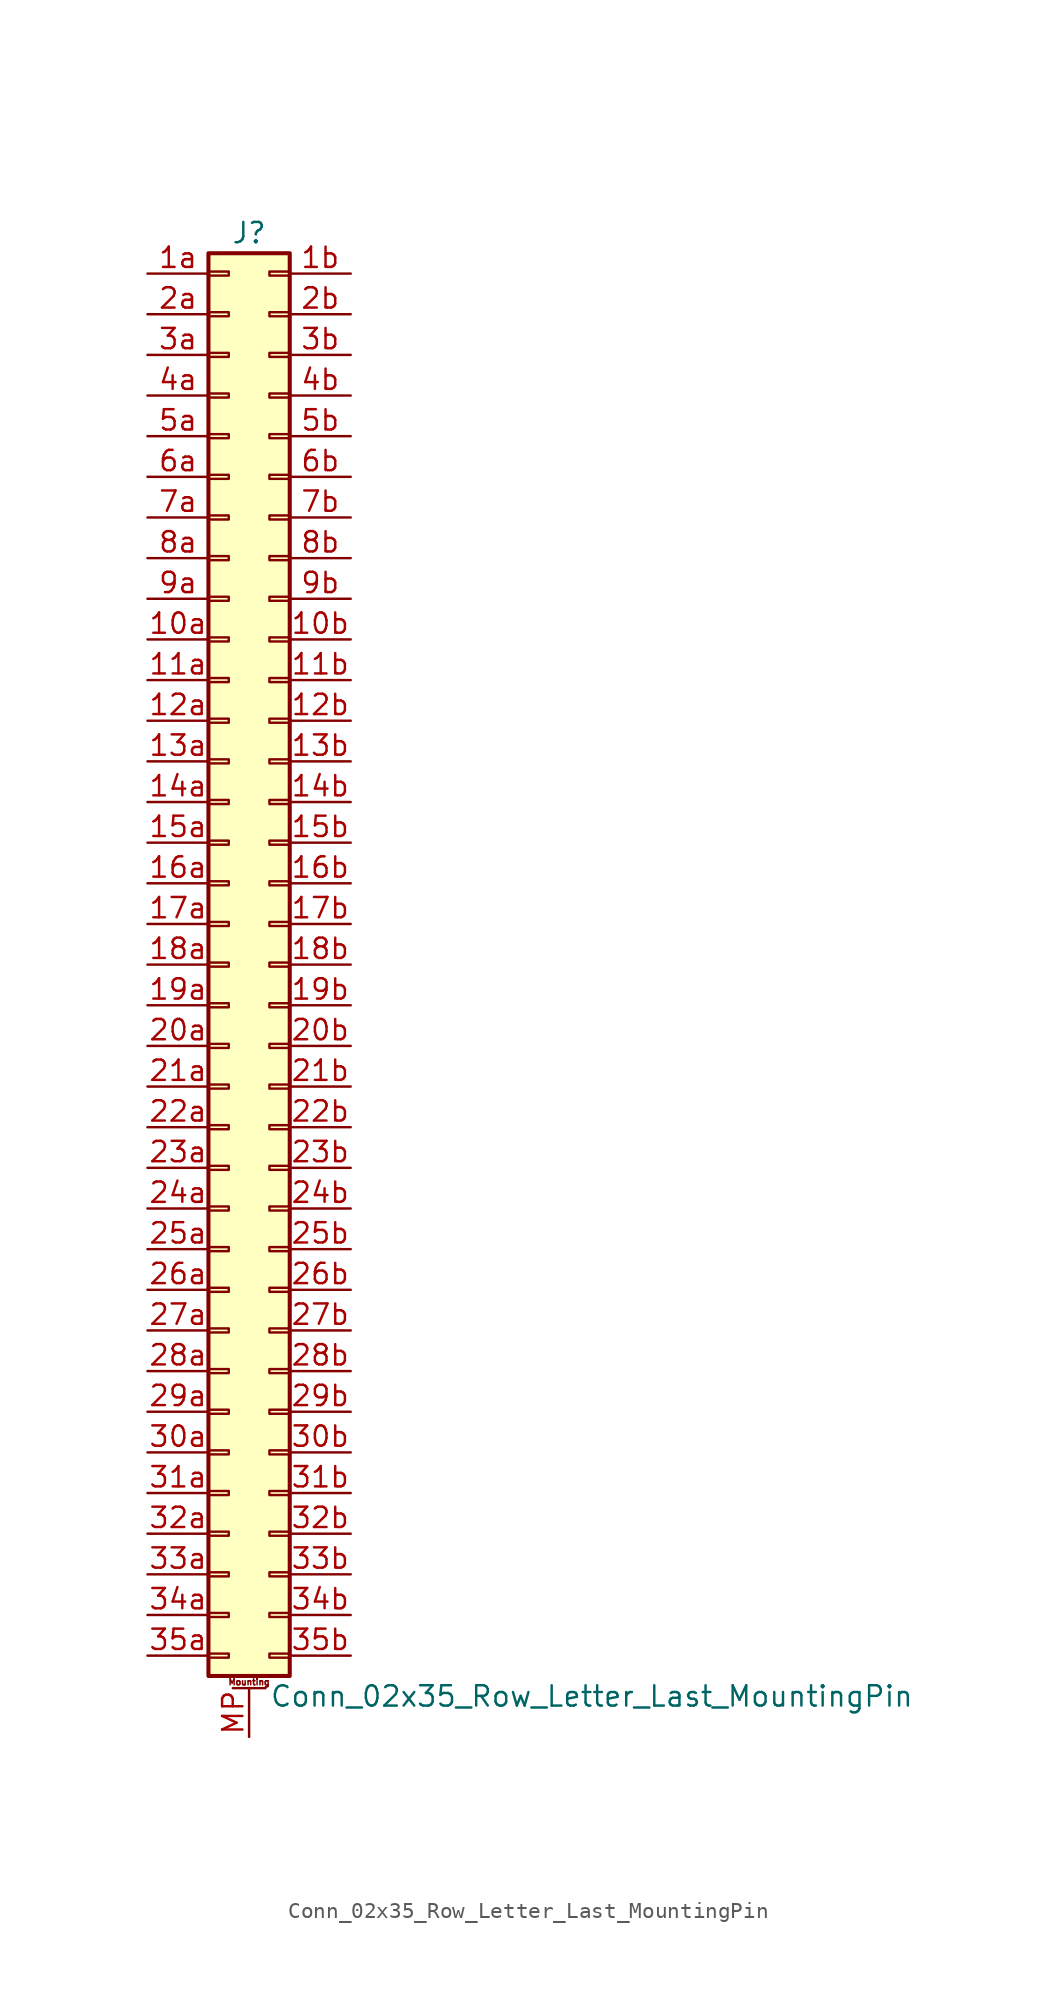
<source format=kicad_sym>
(kicad_symbol_lib
  (version 20201005)
  (generator kicad_symbol_editor)
  (symbol "Conn_02x35_Row_Letter_Last_MountingPin"
    (pin_names
      (offset 1.016) hide)
    (property "Reference" "J"
      (at 1.27 45.72 0)
      (effects (font (size 1.27 1.27))))
    (property "Value" "Conn_02x35_Row_Letter_Last_MountingPin"
      (at 2.54 -45.72 0)
      (effects (font (size 1.27 1.27)) (justify left)))
    (symbol "Conn_02x35_Row_Letter_Last_MountingPin_1_1"
      (text "Mounting" (at 1.27 -44.831 0) (effects (font (size 0.381 0.381))))
      (rectangle (start -1.27 -43.053) (end 0 -43.307) (stroke (width 0.152)) (fill (type none)))
      (rectangle (start -1.27 -40.513) (end 0 -40.767) (stroke (width 0.152)) (fill (type none)))
      (rectangle (start -1.27 -37.973) (end 0 -38.227) (stroke (width 0.152)) (fill (type none)))
      (rectangle (start -1.27 -35.433) (end 0 -35.687) (stroke (width 0.152)) (fill (type none)))
      (rectangle (start -1.27 -32.893) (end 0 -33.147) (stroke (width 0.152)) (fill (type none)))
      (rectangle (start -1.27 -30.353) (end 0 -30.607) (stroke (width 0.152)) (fill (type none)))
      (rectangle (start -1.27 -27.813) (end 0 -28.067) (stroke (width 0.152)) (fill (type none)))
      (rectangle (start -1.27 -25.273) (end 0 -25.527) (stroke (width 0.152)) (fill (type none)))
      (rectangle (start -1.27 -22.733) (end 0 -22.987) (stroke (width 0.152)) (fill (type none)))
      (rectangle (start -1.27 -20.193) (end 0 -20.447) (stroke (width 0.152)) (fill (type none)))
      (rectangle (start -1.27 -17.653) (end 0 -17.907) (stroke (width 0.152)) (fill (type none)))
      (rectangle (start -1.27 -15.113) (end 0 -15.367) (stroke (width 0.152)) (fill (type none)))
      (rectangle (start -1.27 -12.573) (end 0 -12.827) (stroke (width 0.152)) (fill (type none)))
      (rectangle (start -1.27 -10.033) (end 0 -10.287) (stroke (width 0.152)) (fill (type none)))
      (rectangle (start -1.27 -7.493) (end 0 -7.747) (stroke (width 0.152)) (fill (type none)))
      (rectangle (start -1.27 -4.953) (end 0 -5.207) (stroke (width 0.152)) (fill (type none)))
      (rectangle (start -1.27 -2.413) (end 0 -2.667) (stroke (width 0.152)) (fill (type none)))
      (rectangle (start -1.27 0.127) (end 0 -0.127) (stroke (width 0.152)) (fill (type none)))
      (rectangle (start -1.27 2.667) (end 0 2.413) (stroke (width 0.152)) (fill (type none)))
      (rectangle (start -1.27 5.207) (end 0 4.953) (stroke (width 0.152)) (fill (type none)))
      (rectangle (start -1.27 7.747) (end 0 7.493) (stroke (width 0.152)) (fill (type none)))
      (rectangle (start -1.27 10.287) (end 0 10.033) (stroke (width 0.152)) (fill (type none)))
      (rectangle (start -1.27 12.827) (end 0 12.573) (stroke (width 0.152)) (fill (type none)))
      (rectangle (start -1.27 15.367) (end 0 15.113) (stroke (width 0.152)) (fill (type none)))
      (rectangle (start -1.27 17.907) (end 0 17.653) (stroke (width 0.152)) (fill (type none)))
      (rectangle (start -1.27 20.447) (end 0 20.193) (stroke (width 0.152)) (fill (type none)))
      (rectangle (start -1.27 22.987) (end 0 22.733) (stroke (width 0.152)) (fill (type none)))
      (rectangle (start -1.27 25.527) (end 0 25.273) (stroke (width 0.152)) (fill (type none)))
      (rectangle (start -1.27 28.067) (end 0 27.813) (stroke (width 0.152)) (fill (type none)))
      (rectangle (start -1.27 30.607) (end 0 30.353) (stroke (width 0.152)) (fill (type none)))
      (rectangle (start -1.27 33.147) (end 0 32.893) (stroke (width 0.152)) (fill (type none)))
      (rectangle (start -1.27 35.687) (end 0 35.433) (stroke (width 0.152)) (fill (type none)))
      (rectangle (start -1.27 38.227) (end 0 37.973) (stroke (width 0.152)) (fill (type none)))
      (rectangle (start -1.27 40.767) (end 0 40.513) (stroke (width 0.152)) (fill (type none)))
      (rectangle (start -1.27 43.307) (end 0 43.053) (stroke (width 0.152)) (fill (type none)))
      (rectangle (start 3.81 -43.053) (end 2.54 -43.307) (stroke (width 0.152)) (fill (type none)))
      (rectangle (start 3.81 -40.513) (end 2.54 -40.767) (stroke (width 0.152)) (fill (type none)))
      (rectangle (start 3.81 -37.973) (end 2.54 -38.227) (stroke (width 0.152)) (fill (type none)))
      (rectangle (start 3.81 -35.433) (end 2.54 -35.687) (stroke (width 0.152)) (fill (type none)))
      (rectangle (start 3.81 -32.893) (end 2.54 -33.147) (stroke (width 0.152)) (fill (type none)))
      (rectangle (start 3.81 -30.353) (end 2.54 -30.607) (stroke (width 0.152)) (fill (type none)))
      (rectangle (start 3.81 -27.813) (end 2.54 -28.067) (stroke (width 0.152)) (fill (type none)))
      (rectangle (start 3.81 -25.273) (end 2.54 -25.527) (stroke (width 0.152)) (fill (type none)))
      (rectangle (start 3.81 -22.733) (end 2.54 -22.987) (stroke (width 0.152)) (fill (type none)))
      (rectangle (start 3.81 -20.193) (end 2.54 -20.447) (stroke (width 0.152)) (fill (type none)))
      (rectangle (start 3.81 -17.653) (end 2.54 -17.907) (stroke (width 0.152)) (fill (type none)))
      (rectangle (start 3.81 -15.113) (end 2.54 -15.367) (stroke (width 0.152)) (fill (type none)))
      (rectangle (start 3.81 -12.573) (end 2.54 -12.827) (stroke (width 0.152)) (fill (type none)))
      (rectangle (start 3.81 -10.033) (end 2.54 -10.287) (stroke (width 0.152)) (fill (type none)))
      (rectangle (start 3.81 -7.493) (end 2.54 -7.747) (stroke (width 0.152)) (fill (type none)))
      (rectangle (start 3.81 -4.953) (end 2.54 -5.207) (stroke (width 0.152)) (fill (type none)))
      (rectangle (start 3.81 -2.413) (end 2.54 -2.667) (stroke (width 0.152)) (fill (type none)))
      (rectangle (start 3.81 0.127) (end 2.54 -0.127) (stroke (width 0.152)) (fill (type none)))
      (rectangle (start 3.81 2.667) (end 2.54 2.413) (stroke (width 0.152)) (fill (type none)))
      (rectangle (start 3.81 5.207) (end 2.54 4.953) (stroke (width 0.152)) (fill (type none)))
      (rectangle (start 3.81 7.747) (end 2.54 7.493) (stroke (width 0.152)) (fill (type none)))
      (rectangle (start 3.81 10.287) (end 2.54 10.033) (stroke (width 0.152)) (fill (type none)))
      (rectangle (start 3.81 12.827) (end 2.54 12.573) (stroke (width 0.152)) (fill (type none)))
      (rectangle (start 3.81 15.367) (end 2.54 15.113) (stroke (width 0.152)) (fill (type none)))
      (rectangle (start 3.81 17.907) (end 2.54 17.653) (stroke (width 0.152)) (fill (type none)))
      (rectangle (start 3.81 20.447) (end 2.54 20.193) (stroke (width 0.152)) (fill (type none)))
      (rectangle (start 3.81 22.987) (end 2.54 22.733) (stroke (width 0.152)) (fill (type none)))
      (rectangle (start 3.81 25.527) (end 2.54 25.273) (stroke (width 0.152)) (fill (type none)))
      (rectangle (start 3.81 28.067) (end 2.54 27.813) (stroke (width 0.152)) (fill (type none)))
      (rectangle (start 3.81 30.607) (end 2.54 30.353) (stroke (width 0.152)) (fill (type none)))
      (rectangle (start 3.81 33.147) (end 2.54 32.893) (stroke (width 0.152)) (fill (type none)))
      (rectangle (start 3.81 35.687) (end 2.54 35.433) (stroke (width 0.152)) (fill (type none)))
      (rectangle (start 3.81 38.227) (end 2.54 37.973) (stroke (width 0.152)) (fill (type none)))
      (rectangle (start 3.81 40.767) (end 2.54 40.513) (stroke (width 0.152)) (fill (type none)))
      (rectangle (start 3.81 43.307) (end 2.54 43.053) (stroke (width 0.152)) (fill (type none)))
      (rectangle (start -1.27 44.45) (end 3.81 -44.45) (stroke (width 0.254)) (fill (type background)))
      (polyline (pts (xy 0.254 -45.212) (xy 2.286 -45.212)) (stroke (width 0.152)) (fill (type none)))
      (pin passive line (at -5.08 20.32 0) (length 3.81) (name "Pin_10a" (effects (font (size 1.27 1.27)))) (number "10a" (effects (font (size 1.27 1.27)))))
      (pin passive line (at 7.62 20.32 180) (length 3.81) (name "Pin_10b" (effects (font (size 1.27 1.27)))) (number "10b" (effects (font (size 1.27 1.27)))))
      (pin passive line (at -5.08 17.78 0) (length 3.81) (name "Pin_11a" (effects (font (size 1.27 1.27)))) (number "11a" (effects (font (size 1.27 1.27)))))
      (pin passive line (at 7.62 17.78 180) (length 3.81) (name "Pin_11b" (effects (font (size 1.27 1.27)))) (number "11b" (effects (font (size 1.27 1.27)))))
      (pin passive line (at -5.08 15.24 0) (length 3.81) (name "Pin_12a" (effects (font (size 1.27 1.27)))) (number "12a" (effects (font (size 1.27 1.27)))))
      (pin passive line (at 7.62 15.24 180) (length 3.81) (name "Pin_12b" (effects (font (size 1.27 1.27)))) (number "12b" (effects (font (size 1.27 1.27)))))
      (pin passive line (at -5.08 12.7 0) (length 3.81) (name "Pin_13a" (effects (font (size 1.27 1.27)))) (number "13a" (effects (font (size 1.27 1.27)))))
      (pin passive line (at 7.62 12.7 180) (length 3.81) (name "Pin_13b" (effects (font (size 1.27 1.27)))) (number "13b" (effects (font (size 1.27 1.27)))))
      (pin passive line (at -5.08 10.16 0) (length 3.81) (name "Pin_14a" (effects (font (size 1.27 1.27)))) (number "14a" (effects (font (size 1.27 1.27)))))
      (pin passive line (at 7.62 10.16 180) (length 3.81) (name "Pin_14b" (effects (font (size 1.27 1.27)))) (number "14b" (effects (font (size 1.27 1.27)))))
      (pin passive line (at -5.08 7.62 0) (length 3.81) (name "Pin_15a" (effects (font (size 1.27 1.27)))) (number "15a" (effects (font (size 1.27 1.27)))))
      (pin passive line (at 7.62 7.62 180) (length 3.81) (name "Pin_15b" (effects (font (size 1.27 1.27)))) (number "15b" (effects (font (size 1.27 1.27)))))
      (pin passive line (at -5.08 5.08 0) (length 3.81) (name "Pin_16a" (effects (font (size 1.27 1.27)))) (number "16a" (effects (font (size 1.27 1.27)))))
      (pin passive line (at 7.62 5.08 180) (length 3.81) (name "Pin_16b" (effects (font (size 1.27 1.27)))) (number "16b" (effects (font (size 1.27 1.27)))))
      (pin passive line (at -5.08 2.54 0) (length 3.81) (name "Pin_17a" (effects (font (size 1.27 1.27)))) (number "17a" (effects (font (size 1.27 1.27)))))
      (pin passive line (at 7.62 2.54 180) (length 3.81) (name "Pin_17b" (effects (font (size 1.27 1.27)))) (number "17b" (effects (font (size 1.27 1.27)))))
      (pin passive line (at -5.08 0 0) (length 3.81) (name "Pin_18a" (effects (font (size 1.27 1.27)))) (number "18a" (effects (font (size 1.27 1.27)))))
      (pin passive line (at 7.62 0 180) (length 3.81) (name "Pin_18b" (effects (font (size 1.27 1.27)))) (number "18b" (effects (font (size 1.27 1.27)))))
      (pin passive line (at -5.08 -2.54 0) (length 3.81) (name "Pin_19a" (effects (font (size 1.27 1.27)))) (number "19a" (effects (font (size 1.27 1.27)))))
      (pin passive line (at 7.62 -2.54 180) (length 3.81) (name "Pin_19b" (effects (font (size 1.27 1.27)))) (number "19b" (effects (font (size 1.27 1.27)))))
      (pin passive line (at -5.08 43.18 0) (length 3.81) (name "Pin_1a" (effects (font (size 1.27 1.27)))) (number "1a" (effects (font (size 1.27 1.27)))))
      (pin passive line (at 7.62 43.18 180) (length 3.81) (name "Pin_1b" (effects (font (size 1.27 1.27)))) (number "1b" (effects (font (size 1.27 1.27)))))
      (pin passive line (at -5.08 -5.08 0) (length 3.81) (name "Pin_20a" (effects (font (size 1.27 1.27)))) (number "20a" (effects (font (size 1.27 1.27)))))
      (pin passive line (at 7.62 -5.08 180) (length 3.81) (name "Pin_20b" (effects (font (size 1.27 1.27)))) (number "20b" (effects (font (size 1.27 1.27)))))
      (pin passive line (at -5.08 -7.62 0) (length 3.81) (name "Pin_21a" (effects (font (size 1.27 1.27)))) (number "21a" (effects (font (size 1.27 1.27)))))
      (pin passive line (at 7.62 -7.62 180) (length 3.81) (name "Pin_21b" (effects (font (size 1.27 1.27)))) (number "21b" (effects (font (size 1.27 1.27)))))
      (pin passive line (at -5.08 -10.16 0) (length 3.81) (name "Pin_22a" (effects (font (size 1.27 1.27)))) (number "22a" (effects (font (size 1.27 1.27)))))
      (pin passive line (at 7.62 -10.16 180) (length 3.81) (name "Pin_22b" (effects (font (size 1.27 1.27)))) (number "22b" (effects (font (size 1.27 1.27)))))
      (pin passive line (at -5.08 -12.7 0) (length 3.81) (name "Pin_23a" (effects (font (size 1.27 1.27)))) (number "23a" (effects (font (size 1.27 1.27)))))
      (pin passive line (at 7.62 -12.7 180) (length 3.81) (name "Pin_23b" (effects (font (size 1.27 1.27)))) (number "23b" (effects (font (size 1.27 1.27)))))
      (pin passive line (at -5.08 -15.24 0) (length 3.81) (name "Pin_24a" (effects (font (size 1.27 1.27)))) (number "24a" (effects (font (size 1.27 1.27)))))
      (pin passive line (at 7.62 -15.24 180) (length 3.81) (name "Pin_24b" (effects (font (size 1.27 1.27)))) (number "24b" (effects (font (size 1.27 1.27)))))
      (pin passive line (at -5.08 -17.78 0) (length 3.81) (name "Pin_25a" (effects (font (size 1.27 1.27)))) (number "25a" (effects (font (size 1.27 1.27)))))
      (pin passive line (at 7.62 -17.78 180) (length 3.81) (name "Pin_25b" (effects (font (size 1.27 1.27)))) (number "25b" (effects (font (size 1.27 1.27)))))
      (pin passive line (at -5.08 -20.32 0) (length 3.81) (name "Pin_26a" (effects (font (size 1.27 1.27)))) (number "26a" (effects (font (size 1.27 1.27)))))
      (pin passive line (at 7.62 -20.32 180) (length 3.81) (name "Pin_26b" (effects (font (size 1.27 1.27)))) (number "26b" (effects (font (size 1.27 1.27)))))
      (pin passive line (at -5.08 -22.86 0) (length 3.81) (name "Pin_27a" (effects (font (size 1.27 1.27)))) (number "27a" (effects (font (size 1.27 1.27)))))
      (pin passive line (at 7.62 -22.86 180) (length 3.81) (name "Pin_27b" (effects (font (size 1.27 1.27)))) (number "27b" (effects (font (size 1.27 1.27)))))
      (pin passive line (at -5.08 -25.4 0) (length 3.81) (name "Pin_28a" (effects (font (size 1.27 1.27)))) (number "28a" (effects (font (size 1.27 1.27)))))
      (pin passive line (at 7.62 -25.4 180) (length 3.81) (name "Pin_28b" (effects (font (size 1.27 1.27)))) (number "28b" (effects (font (size 1.27 1.27)))))
      (pin passive line (at -5.08 -27.94 0) (length 3.81) (name "Pin_29a" (effects (font (size 1.27 1.27)))) (number "29a" (effects (font (size 1.27 1.27)))))
      (pin passive line (at 7.62 -27.94 180) (length 3.81) (name "Pin_29b" (effects (font (size 1.27 1.27)))) (number "29b" (effects (font (size 1.27 1.27)))))
      (pin passive line (at -5.08 40.64 0) (length 3.81) (name "Pin_2a" (effects (font (size 1.27 1.27)))) (number "2a" (effects (font (size 1.27 1.27)))))
      (pin passive line (at 7.62 40.64 180) (length 3.81) (name "Pin_2b" (effects (font (size 1.27 1.27)))) (number "2b" (effects (font (size 1.27 1.27)))))
      (pin passive line (at -5.08 -30.48 0) (length 3.81) (name "Pin_30a" (effects (font (size 1.27 1.27)))) (number "30a" (effects (font (size 1.27 1.27)))))
      (pin passive line (at 7.62 -30.48 180) (length 3.81) (name "Pin_30b" (effects (font (size 1.27 1.27)))) (number "30b" (effects (font (size 1.27 1.27)))))
      (pin passive line (at -5.08 -33.02 0) (length 3.81) (name "Pin_31a" (effects (font (size 1.27 1.27)))) (number "31a" (effects (font (size 1.27 1.27)))))
      (pin passive line (at 7.62 -33.02 180) (length 3.81) (name "Pin_31b" (effects (font (size 1.27 1.27)))) (number "31b" (effects (font (size 1.27 1.27)))))
      (pin passive line (at -5.08 -35.56 0) (length 3.81) (name "Pin_32a" (effects (font (size 1.27 1.27)))) (number "32a" (effects (font (size 1.27 1.27)))))
      (pin passive line (at 7.62 -35.56 180) (length 3.81) (name "Pin_32b" (effects (font (size 1.27 1.27)))) (number "32b" (effects (font (size 1.27 1.27)))))
      (pin passive line (at -5.08 -38.1 0) (length 3.81) (name "Pin_33a" (effects (font (size 1.27 1.27)))) (number "33a" (effects (font (size 1.27 1.27)))))
      (pin passive line (at 7.62 -38.1 180) (length 3.81) (name "Pin_33b" (effects (font (size 1.27 1.27)))) (number "33b" (effects (font (size 1.27 1.27)))))
      (pin passive line (at -5.08 -40.64 0) (length 3.81) (name "Pin_34a" (effects (font (size 1.27 1.27)))) (number "34a" (effects (font (size 1.27 1.27)))))
      (pin passive line (at 7.62 -40.64 180) (length 3.81) (name "Pin_34b" (effects (font (size 1.27 1.27)))) (number "34b" (effects (font (size 1.27 1.27)))))
      (pin passive line (at -5.08 -43.18 0) (length 3.81) (name "Pin_35a" (effects (font (size 1.27 1.27)))) (number "35a" (effects (font (size 1.27 1.27)))))
      (pin passive line (at 7.62 -43.18 180) (length 3.81) (name "Pin_35b" (effects (font (size 1.27 1.27)))) (number "35b" (effects (font (size 1.27 1.27)))))
      (pin passive line (at -5.08 38.1 0) (length 3.81) (name "Pin_3a" (effects (font (size 1.27 1.27)))) (number "3a" (effects (font (size 1.27 1.27)))))
      (pin passive line (at 7.62 38.1 180) (length 3.81) (name "Pin_3b" (effects (font (size 1.27 1.27)))) (number "3b" (effects (font (size 1.27 1.27)))))
      (pin passive line (at -5.08 35.56 0) (length 3.81) (name "Pin_4a" (effects (font (size 1.27 1.27)))) (number "4a" (effects (font (size 1.27 1.27)))))
      (pin passive line (at 7.62 35.56 180) (length 3.81) (name "Pin_4b" (effects (font (size 1.27 1.27)))) (number "4b" (effects (font (size 1.27 1.27)))))
      (pin passive line (at -5.08 33.02 0) (length 3.81) (name "Pin_5a" (effects (font (size 1.27 1.27)))) (number "5a" (effects (font (size 1.27 1.27)))))
      (pin passive line (at 7.62 33.02 180) (length 3.81) (name "Pin_5b" (effects (font (size 1.27 1.27)))) (number "5b" (effects (font (size 1.27 1.27)))))
      (pin passive line (at -5.08 30.48 0) (length 3.81) (name "Pin_6a" (effects (font (size 1.27 1.27)))) (number "6a" (effects (font (size 1.27 1.27)))))
      (pin passive line (at 7.62 30.48 180) (length 3.81) (name "Pin_6b" (effects (font (size 1.27 1.27)))) (number "6b" (effects (font (size 1.27 1.27)))))
      (pin passive line (at -5.08 27.94 0) (length 3.81) (name "Pin_7a" (effects (font (size 1.27 1.27)))) (number "7a" (effects (font (size 1.27 1.27)))))
      (pin passive line (at 7.62 27.94 180) (length 3.81) (name "Pin_7b" (effects (font (size 1.27 1.27)))) (number "7b" (effects (font (size 1.27 1.27)))))
      (pin passive line (at -5.08 25.4 0) (length 3.81) (name "Pin_8a" (effects (font (size 1.27 1.27)))) (number "8a" (effects (font (size 1.27 1.27)))))
      (pin passive line (at 7.62 25.4 180) (length 3.81) (name "Pin_8b" (effects (font (size 1.27 1.27)))) (number "8b" (effects (font (size 1.27 1.27)))))
      (pin passive line (at -5.08 22.86 0) (length 3.81) (name "Pin_9a" (effects (font (size 1.27 1.27)))) (number "9a" (effects (font (size 1.27 1.27)))))
      (pin passive line (at 7.62 22.86 180) (length 3.81) (name "Pin_9b" (effects (font (size 1.27 1.27)))) (number "9b" (effects (font (size 1.27 1.27)))))
      (pin passive line (at 1.27 -48.26 90) (length 3.048) (name "MountPin" (effects (font (size 1.27 1.27)))) (number "MP" (effects (font (size 1.27 1.27))))))))
</source>
